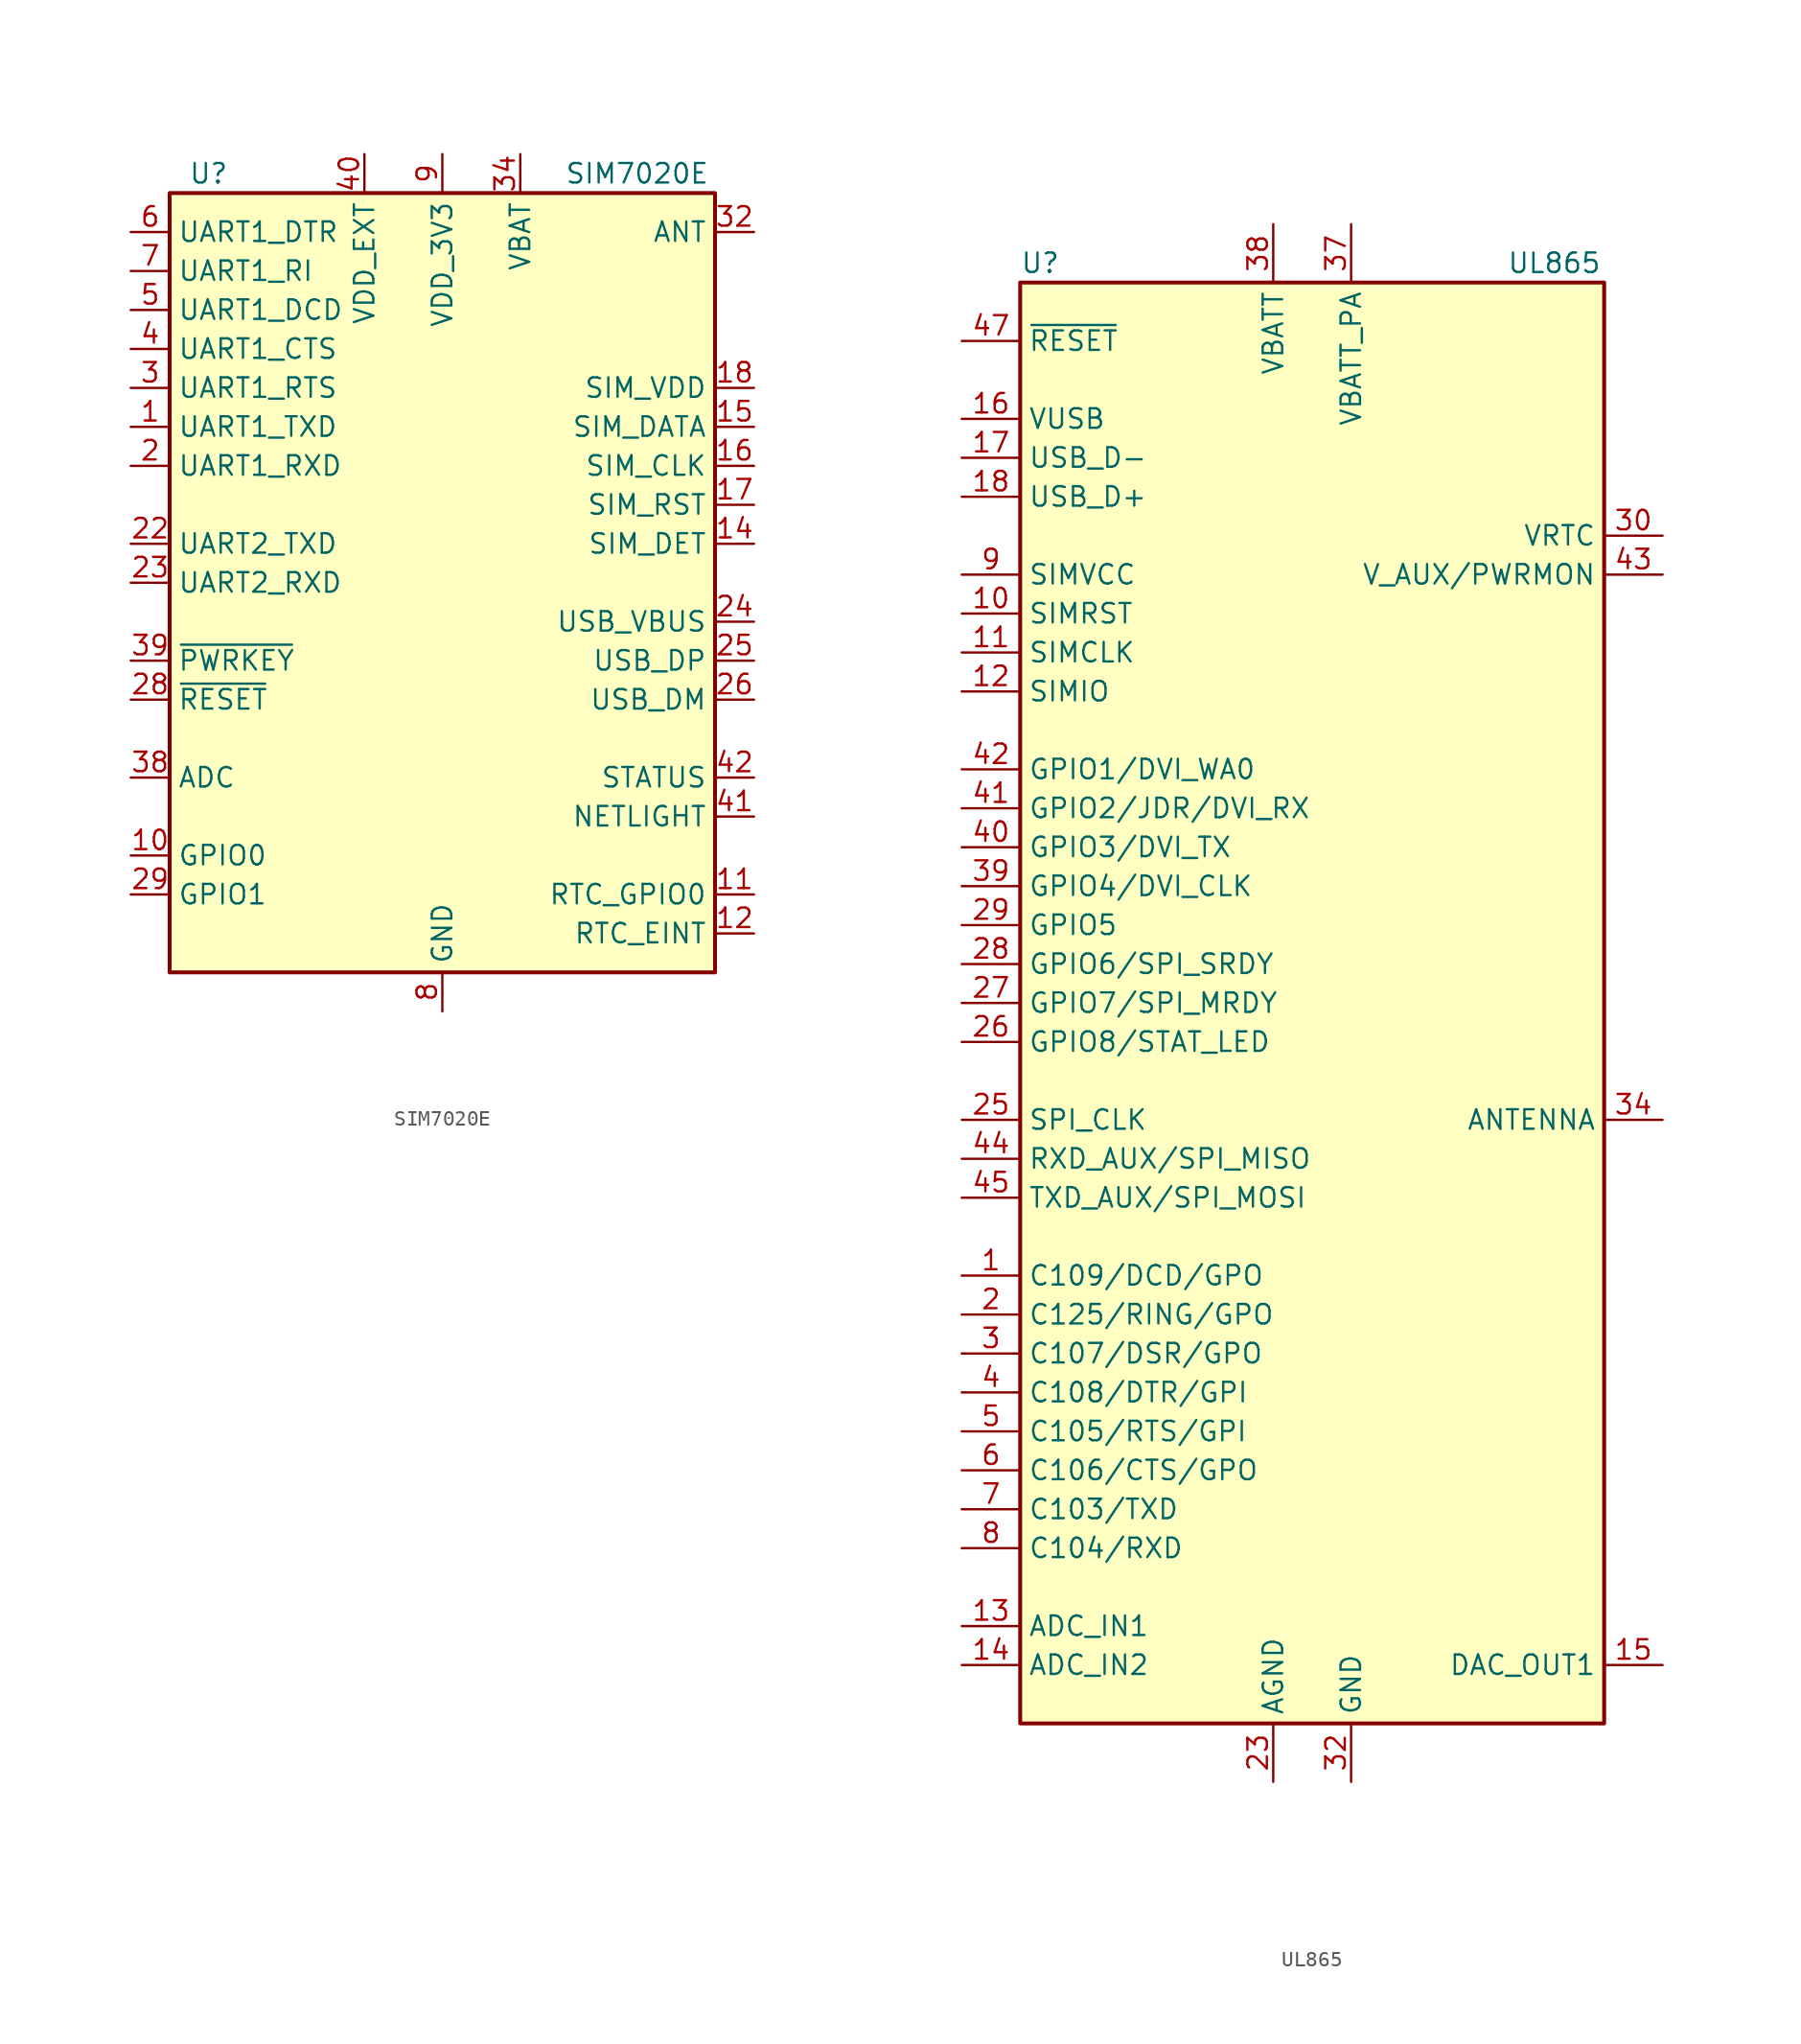
<source format=kicad_sym>
(kicad_symbol_lib
  (version 20241209)
  (generator "kicad_symbol_editor")
  (generator_version "9.0")
  (symbol "SIM7020E"
    (property "Reference" "U"
      (at -15.24 26.67 0)
      (effects (font (size 1.27 1.27))))
    (property "Value" "SIM7020E"
      (at 12.7 26.67 0)
      (effects (font (size 1.27 1.27))))
    (symbol "SIM7020E_0_1"
      (rectangle (start -17.78 25.4) (end 17.78 -25.4) (stroke (width 0.254) (type default)) (fill (type background))))
    (symbol "SIM7020E_1_1"
      (pin input line (at -20.32 22.86 0) (length 2.54) (name "UART1_DTR" (effects (font (size 1.27 1.27)))) (number "6" (effects (font (size 1.27 1.27)))))
      (pin output line (at -20.32 20.32 0) (length 2.54) (name "UART1_RI" (effects (font (size 1.27 1.27)))) (number "7" (effects (font (size 1.27 1.27)))))
      (pin output line (at -20.32 17.78 0) (length 2.54) (name "UART1_DCD" (effects (font (size 1.27 1.27)))) (number "5" (effects (font (size 1.27 1.27)))))
      (pin output line (at -20.32 15.24 0) (length 2.54) (name "UART1_CTS" (effects (font (size 1.27 1.27)))) (number "4" (effects (font (size 1.27 1.27)))))
      (pin input line (at -20.32 12.7 0) (length 2.54) (name "UART1_RTS" (effects (font (size 1.27 1.27)))) (number "3" (effects (font (size 1.27 1.27)))))
      (pin output line (at -20.32 10.16 0) (length 2.54) (name "UART1_TXD" (effects (font (size 1.27 1.27)))) (number "1" (effects (font (size 1.27 1.27)))))
      (pin input line (at -20.32 7.62 0) (length 2.54) (name "UART1_RXD" (effects (font (size 1.27 1.27)))) (number "2" (effects (font (size 1.27 1.27)))))
      (pin output line (at -20.32 2.54 0) (length 2.54) (name "UART2_TXD" (effects (font (size 1.27 1.27)))) (number "22" (effects (font (size 1.27 1.27)))))
      (pin input line (at -20.32 0 0) (length 2.54) (name "UART2_RXD" (effects (font (size 1.27 1.27)))) (number "23" (effects (font (size 1.27 1.27)))))
      (pin input line (at -20.32 -5.08 0) (length 2.54) (name "~{PWRKEY}" (effects (font (size 1.27 1.27)))) (number "39" (effects (font (size 1.27 1.27)))))
      (pin input line (at -20.32 -7.62 0) (length 2.54) (name "~{RESET}" (effects (font (size 1.27 1.27)))) (number "28" (effects (font (size 1.27 1.27)))))
      (pin input line (at -20.32 -12.7 0) (length 2.54) (name "ADC" (effects (font (size 1.27 1.27)))) (number "38" (effects (font (size 1.27 1.27)))))
      (pin bidirectional line (at -20.32 -17.78 0) (length 2.54) (name "GPIO0" (effects (font (size 1.27 1.27)))) (number "10" (effects (font (size 1.27 1.27)))))
      (pin bidirectional line (at -20.32 -20.32 0) (length 2.54) (name "GPIO1" (effects (font (size 1.27 1.27)))) (number "29" (effects (font (size 1.27 1.27)))))
      (pin power_out line (at -5.08 27.94 270) (length 2.54) (name "VDD_EXT" (effects (font (size 1.27 1.27)))) (number "40" (effects (font (size 1.27 1.27)))))
      (pin power_out line (at 0 27.94 270) (length 2.54) (name "VDD_3V3" (effects (font (size 1.27 1.27)))) (number "9" (effects (font (size 1.27 1.27)))))
      (pin passive line (at 0 -27.94 90) (length 2.54) (hide yes) (name "GND" (effects (font (size 1.27 1.27)))) (number "13" (effects (font (size 1.27 1.27)))))
      (pin passive line (at 0 -27.94 90) (length 2.54) (hide yes) (name "GND" (effects (font (size 1.27 1.27)))) (number "19" (effects (font (size 1.27 1.27)))))
      (pin passive line (at 0 -27.94 90) (length 2.54) (hide yes) (name "GND" (effects (font (size 1.27 1.27)))) (number "21" (effects (font (size 1.27 1.27)))))
      (pin passive line (at 0 -27.94 90) (length 2.54) (hide yes) (name "GND" (effects (font (size 1.27 1.27)))) (number "27" (effects (font (size 1.27 1.27)))))
      (pin passive line (at 0 -27.94 90) (length 2.54) (hide yes) (name "GND" (effects (font (size 1.27 1.27)))) (number "30" (effects (font (size 1.27 1.27)))))
      (pin passive line (at 0 -27.94 90) (length 2.54) (hide yes) (name "GND" (effects (font (size 1.27 1.27)))) (number "31" (effects (font (size 1.27 1.27)))))
      (pin passive line (at 0 -27.94 90) (length 2.54) (hide yes) (name "GND" (effects (font (size 1.27 1.27)))) (number "33" (effects (font (size 1.27 1.27)))))
      (pin passive line (at 0 -27.94 90) (length 2.54) (hide yes) (name "GND" (effects (font (size 1.27 1.27)))) (number "36" (effects (font (size 1.27 1.27)))))
      (pin passive line (at 0 -27.94 90) (length 2.54) (hide yes) (name "GND" (effects (font (size 1.27 1.27)))) (number "37" (effects (font (size 1.27 1.27)))))
      (pin power_in line (at 0 -27.94 90) (length 2.54) (name "GND" (effects (font (size 1.27 1.27)))) (number "8" (effects (font (size 1.27 1.27)))))
      (pin power_in line (at 5.08 27.94 270) (length 2.54) (name "VBAT" (effects (font (size 1.27 1.27)))) (number "34" (effects (font (size 1.27 1.27)))))
      (pin passive line (at 5.08 27.94 270) (length 2.54) (hide yes) (name "VBAT" (effects (font (size 1.27 1.27)))) (number "35" (effects (font (size 1.27 1.27)))))
      (pin no_connect line (at 17.78 17.78 180) (length 2.54) (hide yes) (name "NC" (effects (font (size 1.27 1.27)))) (number "20" (effects (font (size 1.27 1.27)))))
      (pin passive line (at 20.32 22.86 180) (length 2.54) (name "ANT" (effects (font (size 1.27 1.27)))) (number "32" (effects (font (size 1.27 1.27)))))
      (pin power_out line (at 20.32 12.7 180) (length 2.54) (name "SIM_VDD" (effects (font (size 1.27 1.27)))) (number "18" (effects (font (size 1.27 1.27)))))
      (pin bidirectional line (at 20.32 10.16 180) (length 2.54) (name "SIM_DATA" (effects (font (size 1.27 1.27)))) (number "15" (effects (font (size 1.27 1.27)))))
      (pin output line (at 20.32 7.62 180) (length 2.54) (name "SIM_CLK" (effects (font (size 1.27 1.27)))) (number "16" (effects (font (size 1.27 1.27)))))
      (pin output line (at 20.32 5.08 180) (length 2.54) (name "SIM_RST" (effects (font (size 1.27 1.27)))) (number "17" (effects (font (size 1.27 1.27)))))
      (pin input line (at 20.32 2.54 180) (length 2.54) (name "SIM_DET" (effects (font (size 1.27 1.27)))) (number "14" (effects (font (size 1.27 1.27)))))
      (pin input line (at 20.32 -2.54 180) (length 2.54) (name "USB_VBUS" (effects (font (size 1.27 1.27)))) (number "24" (effects (font (size 1.27 1.27)))))
      (pin bidirectional line (at 20.32 -5.08 180) (length 2.54) (name "USB_DP" (effects (font (size 1.27 1.27)))) (number "25" (effects (font (size 1.27 1.27)))))
      (pin bidirectional line (at 20.32 -7.62 180) (length 2.54) (name "USB_DM" (effects (font (size 1.27 1.27)))) (number "26" (effects (font (size 1.27 1.27)))))
      (pin output line (at 20.32 -12.7 180) (length 2.54) (name "STATUS" (effects (font (size 1.27 1.27)))) (number "42" (effects (font (size 1.27 1.27)))))
      (pin output line (at 20.32 -15.24 180) (length 2.54) (name "NETLIGHT" (effects (font (size 1.27 1.27)))) (number "41" (effects (font (size 1.27 1.27)))))
      (pin output line (at 20.32 -20.32 180) (length 2.54) (name "RTC_GPIO0" (effects (font (size 1.27 1.27)))) (number "11" (effects (font (size 1.27 1.27)))))
      (pin input line (at 20.32 -22.86 180) (length 2.54) (name "RTC_EINT" (effects (font (size 1.27 1.27)))) (number "12" (effects (font (size 1.27 1.27)))))))
  (symbol "UL865"
    (property "Reference" "U"
      (at -19.05 43.18 0)
      (effects (font (size 1.27 1.27)) (justify left)))
    (property "Value" "UL865"
      (at 12.7 43.18 0)
      (effects (font (size 1.27 1.27)) (justify left)))
    (symbol "UL865_0_1"
      (rectangle (start -19.05 41.91) (end 19.05 -52.07) (stroke (width 0.254) (type default)) (fill (type background))))
    (symbol "UL865_1_1"
      (pin input line (at -22.86 38.1 0) (length 3.81) (name "~{RESET}" (effects (font (size 1.27 1.27)))) (number "47" (effects (font (size 1.27 1.27)))))
      (pin input line (at -22.86 33.02 0) (length 3.81) (name "VUSB" (effects (font (size 1.27 1.27)))) (number "16" (effects (font (size 1.27 1.27)))))
      (pin bidirectional line (at -22.86 30.48 0) (length 3.81) (name "USB_D-" (effects (font (size 1.27 1.27)))) (number "17" (effects (font (size 1.27 1.27)))))
      (pin bidirectional line (at -22.86 27.94 0) (length 3.81) (name "USB_D+" (effects (font (size 1.27 1.27)))) (number "18" (effects (font (size 1.27 1.27)))))
      (pin power_out line (at -22.86 22.86 0) (length 3.81) (name "SIMVCC" (effects (font (size 1.27 1.27)))) (number "9" (effects (font (size 1.27 1.27)))))
      (pin output line (at -22.86 20.32 0) (length 3.81) (name "SIMRST" (effects (font (size 1.27 1.27)))) (number "10" (effects (font (size 1.27 1.27)))))
      (pin output line (at -22.86 17.78 0) (length 3.81) (name "SIMCLK" (effects (font (size 1.27 1.27)))) (number "11" (effects (font (size 1.27 1.27)))))
      (pin bidirectional line (at -22.86 15.24 0) (length 3.81) (name "SIMIO" (effects (font (size 1.27 1.27)))) (number "12" (effects (font (size 1.27 1.27)))))
      (pin bidirectional line (at -22.86 10.16 0) (length 3.81) (name "GPIO1/DVI_WA0" (effects (font (size 1.27 1.27)))) (number "42" (effects (font (size 1.27 1.27)))))
      (pin bidirectional line (at -22.86 7.62 0) (length 3.81) (name "GPIO2/JDR/DVI_RX" (effects (font (size 1.27 1.27)))) (number "41" (effects (font (size 1.27 1.27)))))
      (pin bidirectional line (at -22.86 5.08 0) (length 3.81) (name "GPIO3/DVI_TX" (effects (font (size 1.27 1.27)))) (number "40" (effects (font (size 1.27 1.27)))))
      (pin bidirectional line (at -22.86 2.54 0) (length 3.81) (name "GPIO4/DVI_CLK" (effects (font (size 1.27 1.27)))) (number "39" (effects (font (size 1.27 1.27)))))
      (pin bidirectional line (at -22.86 0 0) (length 3.81) (name "GPIO5" (effects (font (size 1.27 1.27)))) (number "29" (effects (font (size 1.27 1.27)))))
      (pin bidirectional line (at -22.86 -2.54 0) (length 3.81) (name "GPIO6/SPI_SRDY" (effects (font (size 1.27 1.27)))) (number "28" (effects (font (size 1.27 1.27)))))
      (pin bidirectional line (at -22.86 -5.08 0) (length 3.81) (name "GPIO7/SPI_MRDY" (effects (font (size 1.27 1.27)))) (number "27" (effects (font (size 1.27 1.27)))))
      (pin bidirectional line (at -22.86 -7.62 0) (length 3.81) (name "GPIO8/STAT_LED" (effects (font (size 1.27 1.27)))) (number "26" (effects (font (size 1.27 1.27)))))
      (pin bidirectional line (at -22.86 -12.7 0) (length 3.81) (name "SPI_CLK" (effects (font (size 1.27 1.27)))) (number "25" (effects (font (size 1.27 1.27)))))
      (pin bidirectional line (at -22.86 -15.24 0) (length 3.81) (name "RXD_AUX/SPI_MISO" (effects (font (size 1.27 1.27)))) (number "44" (effects (font (size 1.27 1.27)))))
      (pin bidirectional line (at -22.86 -17.78 0) (length 3.81) (name "TXD_AUX/SPI_MOSI" (effects (font (size 1.27 1.27)))) (number "45" (effects (font (size 1.27 1.27)))))
      (pin output line (at -22.86 -22.86 0) (length 3.81) (name "C109/DCD/GPO" (effects (font (size 1.27 1.27)))) (number "1" (effects (font (size 1.27 1.27)))))
      (pin output line (at -22.86 -25.4 0) (length 3.81) (name "C125/RING/GPO" (effects (font (size 1.27 1.27)))) (number "2" (effects (font (size 1.27 1.27)))))
      (pin output line (at -22.86 -27.94 0) (length 3.81) (name "C107/DSR/GPO" (effects (font (size 1.27 1.27)))) (number "3" (effects (font (size 1.27 1.27)))))
      (pin input line (at -22.86 -30.48 0) (length 3.81) (name "C108/DTR/GPI" (effects (font (size 1.27 1.27)))) (number "4" (effects (font (size 1.27 1.27)))))
      (pin input line (at -22.86 -33.02 0) (length 3.81) (name "C105/RTS/GPI" (effects (font (size 1.27 1.27)))) (number "5" (effects (font (size 1.27 1.27)))))
      (pin output line (at -22.86 -35.56 0) (length 3.81) (name "C106/CTS/GPO" (effects (font (size 1.27 1.27)))) (number "6" (effects (font (size 1.27 1.27)))))
      (pin input line (at -22.86 -38.1 0) (length 3.81) (name "C103/TXD" (effects (font (size 1.27 1.27)))) (number "7" (effects (font (size 1.27 1.27)))))
      (pin output line (at -22.86 -40.64 0) (length 3.81) (name "C104/RXD" (effects (font (size 1.27 1.27)))) (number "8" (effects (font (size 1.27 1.27)))))
      (pin input line (at -22.86 -45.72 0) (length 3.81) (name "ADC_IN1" (effects (font (size 1.27 1.27)))) (number "13" (effects (font (size 1.27 1.27)))))
      (pin input line (at -22.86 -48.26 0) (length 3.81) (name "ADC_IN2" (effects (font (size 1.27 1.27)))) (number "14" (effects (font (size 1.27 1.27)))))
      (pin power_in line (at -2.54 45.72 270) (length 3.81) (name "VBATT" (effects (font (size 1.27 1.27)))) (number "38" (effects (font (size 1.27 1.27)))))
      (pin power_in line (at -2.54 -55.88 90) (length 3.81) (name "AGND" (effects (font (size 1.27 1.27)))) (number "23" (effects (font (size 1.27 1.27)))))
      (pin power_in line (at 2.54 45.72 270) (length 3.81) (name "VBATT_PA" (effects (font (size 1.27 1.27)))) (number "37" (effects (font (size 1.27 1.27)))))
      (pin power_in line (at 2.54 -55.88 90) (length 3.81) (name "GND" (effects (font (size 1.27 1.27)))) (number "32" (effects (font (size 1.27 1.27)))))
      (pin passive line (at 2.54 -55.88 90) (length 3.81) (hide yes) (name "GND" (effects (font (size 1.27 1.27)))) (number "33" (effects (font (size 1.27 1.27)))))
      (pin passive line (at 2.54 -55.88 90) (length 3.81) (hide yes) (name "GND" (effects (font (size 1.27 1.27)))) (number "35" (effects (font (size 1.27 1.27)))))
      (pin passive line (at 2.54 -55.88 90) (length 3.81) (hide yes) (name "GND" (effects (font (size 1.27 1.27)))) (number "36" (effects (font (size 1.27 1.27)))))
      (pin passive line (at 2.54 -55.88 90) (length 3.81) (hide yes) (name "GND" (effects (font (size 1.27 1.27)))) (number "46" (effects (font (size 1.27 1.27)))))
      (pin no_connect line (at 19.05 -17.78 180) (length 3.81) (hide yes) (name "NC" (effects (font (size 1.27 1.27)))) (number "19" (effects (font (size 1.27 1.27)))))
      (pin no_connect line (at 19.05 -20.32 180) (length 3.81) (hide yes) (name "NC" (effects (font (size 1.27 1.27)))) (number "20" (effects (font (size 1.27 1.27)))))
      (pin no_connect line (at 19.05 -22.86 180) (length 3.81) (hide yes) (name "NC" (effects (font (size 1.27 1.27)))) (number "21" (effects (font (size 1.27 1.27)))))
      (pin no_connect line (at 19.05 -25.4 180) (length 3.81) (hide yes) (name "NC" (effects (font (size 1.27 1.27)))) (number "22" (effects (font (size 1.27 1.27)))))
      (pin no_connect line (at 19.05 -30.48 180) (length 3.81) (hide yes) (name "NC" (effects (font (size 1.27 1.27)))) (number "24" (effects (font (size 1.27 1.27)))))
      (pin no_connect line (at 19.05 -33.02 180) (length 3.81) (hide yes) (name "NC" (effects (font (size 1.27 1.27)))) (number "31" (effects (font (size 1.27 1.27)))))
      (pin no_connect line (at 19.05 -35.56 180) (length 3.81) (hide yes) (name "NC" (effects (font (size 1.27 1.27)))) (number "48" (effects (font (size 1.27 1.27)))))
      (pin power_out line (at 22.86 25.4 180) (length 3.81) (name "VRTC" (effects (font (size 1.27 1.27)))) (number "30" (effects (font (size 1.27 1.27)))))
      (pin power_out line (at 22.86 22.86 180) (length 3.81) (name "V_AUX/PWRMON" (effects (font (size 1.27 1.27)))) (number "43" (effects (font (size 1.27 1.27)))))
      (pin bidirectional line (at 22.86 -12.7 180) (length 3.81) (name "ANTENNA" (effects (font (size 1.27 1.27)))) (number "34" (effects (font (size 1.27 1.27)))))
      (pin output line (at 22.86 -48.26 180) (length 3.81) (name "DAC_OUT1" (effects (font (size 1.27 1.27)))) (number "15" (effects (font (size 1.27 1.27))))))))
</source>
